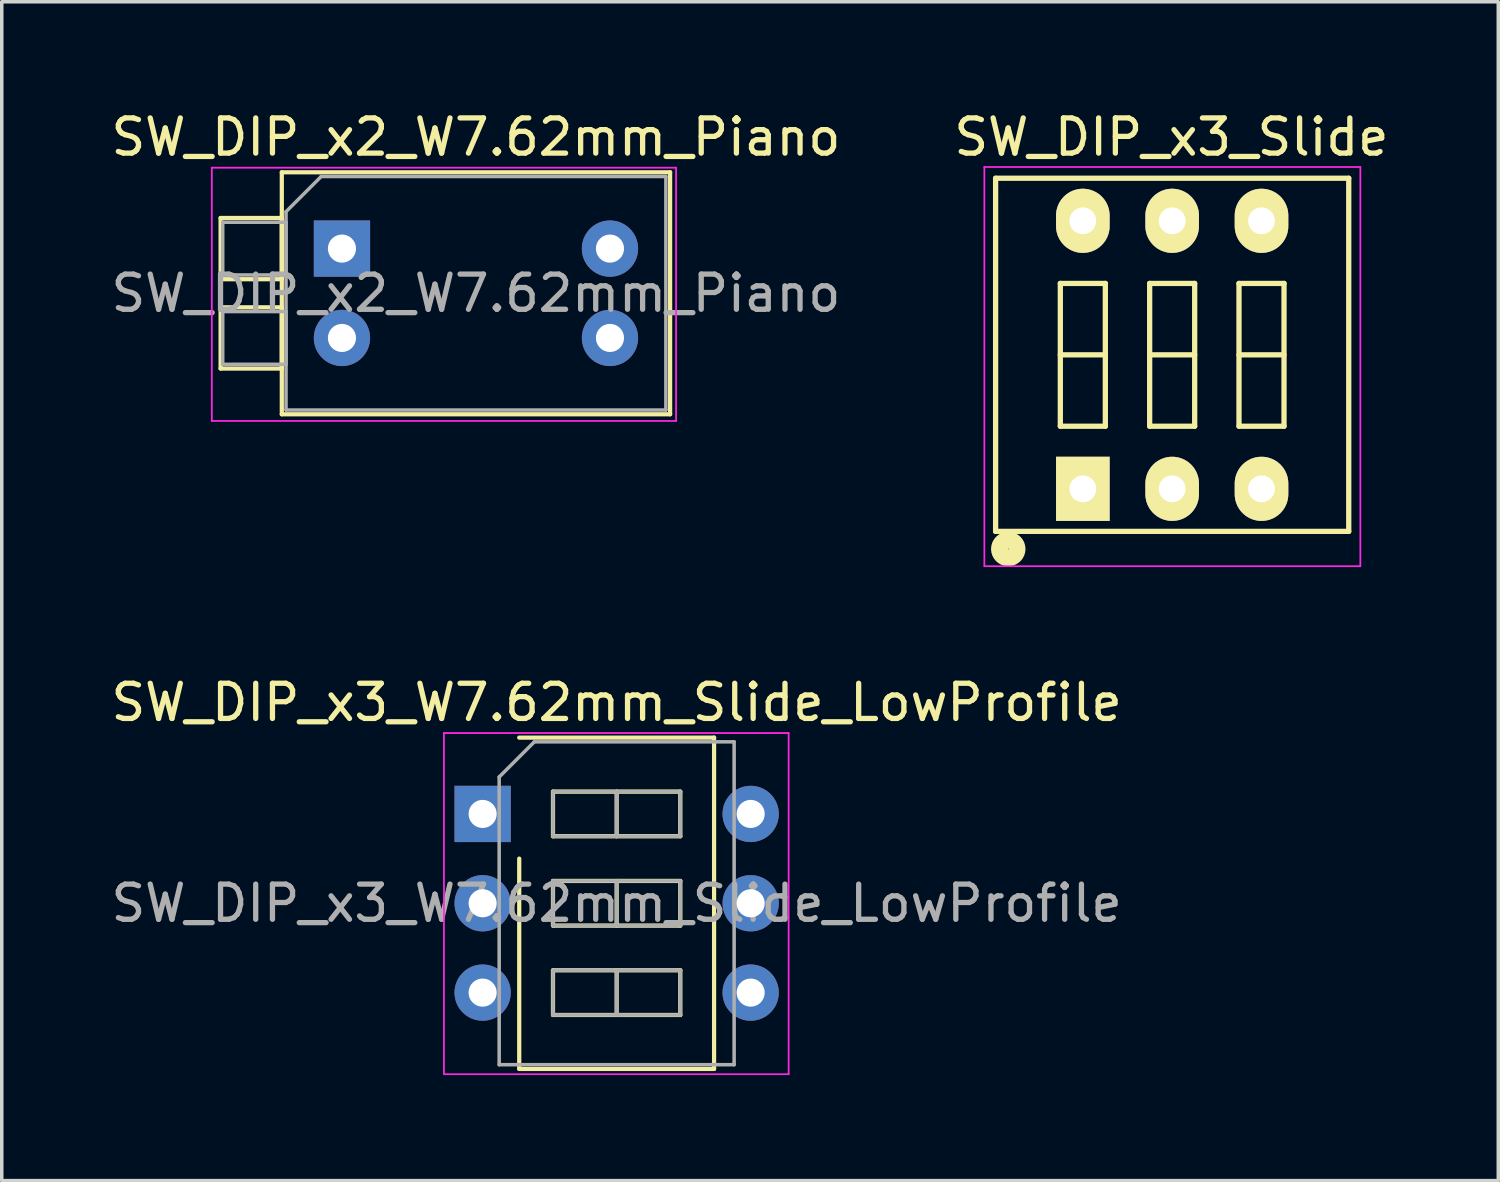
<source format=kicad_pcb>
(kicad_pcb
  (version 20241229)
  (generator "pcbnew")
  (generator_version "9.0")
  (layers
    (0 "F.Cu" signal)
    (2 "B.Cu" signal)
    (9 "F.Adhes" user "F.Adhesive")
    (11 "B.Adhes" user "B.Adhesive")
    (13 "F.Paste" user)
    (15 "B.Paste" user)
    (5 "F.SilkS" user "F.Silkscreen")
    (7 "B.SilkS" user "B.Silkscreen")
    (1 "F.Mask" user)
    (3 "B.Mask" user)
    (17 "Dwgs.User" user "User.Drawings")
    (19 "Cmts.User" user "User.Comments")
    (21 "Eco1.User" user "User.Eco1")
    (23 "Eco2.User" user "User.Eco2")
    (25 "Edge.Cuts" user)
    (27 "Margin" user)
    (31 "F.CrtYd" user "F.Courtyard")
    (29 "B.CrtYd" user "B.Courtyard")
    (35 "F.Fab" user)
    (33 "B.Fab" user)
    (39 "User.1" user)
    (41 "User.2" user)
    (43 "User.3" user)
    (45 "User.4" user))
  (footprint "SW_DIP_x3_W7.62mm_Slide_LowProfile"
    (layer "F.Cu")
    (at 10.672 20.091)
    (property "Reference" "SW_DIP_x3_W7.62mm_Slide_LowProfile" (at 3.81 -3.17 0) (layer "F.SilkS") (effects (font (size 1 1) (thickness 0.15))))
    (attr through_hole)
    (fp_line (start 1.04 -2.17) (end 6.58 -2.17) (stroke (width 0.12) (type solid)) (layer "F.SilkS"))
    (fp_line (start 1.04 7.25) (end 1.04 1.27) (stroke (width 0.12) (type solid)) (layer "F.SilkS"))
    (fp_line (start 2 -0.635) (end 2 0.635) (stroke (width 0.12) (type solid)) (layer "F.SilkS"))
    (fp_line (start 2 0.635) (end 5.62 0.635) (stroke (width 0.12) (type solid)) (layer "F.SilkS"))
    (fp_line (start 2 1.905) (end 2 3.175) (stroke (width 0.12) (type solid)) (layer "F.SilkS"))
    (fp_line (start 2 3.175) (end 5.62 3.175) (stroke (width 0.12) (type solid)) (layer "F.SilkS"))
    (fp_line (start 2 4.445) (end 2 5.715) (stroke (width 0.12) (type solid)) (layer "F.SilkS"))
    (fp_line (start 2 5.715) (end 5.62 5.715) (stroke (width 0.12) (type solid)) (layer "F.SilkS"))
    (fp_line (start 3.81 -0.635) (end 3.81 0.635) (stroke (width 0.12) (type solid)) (layer "F.SilkS"))
    (fp_line (start 3.81 1.905) (end 3.81 3.175) (stroke (width 0.12) (type solid)) (layer "F.SilkS"))
    (fp_line (start 3.81 4.445) (end 3.81 5.715) (stroke (width 0.12) (type solid)) (layer "F.SilkS"))
    (fp_line (start 5.62 -0.635) (end 2 -0.635) (stroke (width 0.12) (type solid)) (layer "F.SilkS"))
    (fp_line (start 5.62 0.635) (end 5.62 -0.635) (stroke (width 0.12) (type solid)) (layer "F.SilkS"))
    (fp_line (start 5.62 1.905) (end 2 1.905) (stroke (width 0.12) (type solid)) (layer "F.SilkS"))
    (fp_line (start 5.62 3.175) (end 5.62 1.905) (stroke (width 0.12) (type solid)) (layer "F.SilkS"))
    (fp_line (start 5.62 4.445) (end 2 4.445) (stroke (width 0.12) (type solid)) (layer "F.SilkS"))
    (fp_line (start 5.62 5.715) (end 5.62 4.445) (stroke (width 0.12) (type solid)) (layer "F.SilkS"))
    (fp_line (start 6.58 -2.17) (end 6.58 7.25) (stroke (width 0.12) (type solid)) (layer "F.SilkS"))
    (fp_line (start 6.58 7.25) (end 1.04 7.25) (stroke (width 0.12) (type solid)) (layer "F.SilkS"))
    (fp_line (start -1.1 -2.3) (end -1.1 7.4) (stroke (width 0.05) (type solid)) (layer "F.CrtYd"))
    (fp_line (start -1.1 7.4) (end 8.7 7.4) (stroke (width 0.05) (type solid)) (layer "F.CrtYd"))
    (fp_line (start 8.7 -2.3) (end -1.1 -2.3) (stroke (width 0.05) (type solid)) (layer "F.CrtYd"))
    (fp_line (start 8.7 7.4) (end 8.7 -2.3) (stroke (width 0.05) (type solid)) (layer "F.CrtYd"))
    (fp_line (start 0.47 -1.05) (end 1.47 -2.05) (stroke (width 0.1) (type solid)) (layer "F.Fab"))
    (fp_line (start 0.47 7.13) (end 0.47 -1.05) (stroke (width 0.1) (type solid)) (layer "F.Fab"))
    (fp_line (start 1.47 -2.05) (end 7.15 -2.05) (stroke (width 0.1) (type solid)) (layer "F.Fab"))
    (fp_line (start 2 -0.635) (end 2 0.635) (stroke (width 0.1) (type solid)) (layer "F.Fab"))
    (fp_line (start 2 0.635) (end 5.62 0.635) (stroke (width 0.1) (type solid)) (layer "F.Fab"))
    (fp_line (start 2 1.905) (end 2 3.175) (stroke (width 0.1) (type solid)) (layer "F.Fab"))
    (fp_line (start 2 3.175) (end 5.62 3.175) (stroke (width 0.1) (type solid)) (layer "F.Fab"))
    (fp_line (start 2 4.445) (end 2 5.715) (stroke (width 0.1) (type solid)) (layer "F.Fab"))
    (fp_line (start 2 5.715) (end 5.62 5.715) (stroke (width 0.1) (type solid)) (layer "F.Fab"))
    (fp_line (start 3.81 -0.635) (end 3.81 0.635) (stroke (width 0.1) (type solid)) (layer "F.Fab"))
    (fp_line (start 3.81 1.905) (end 3.81 3.175) (stroke (width 0.1) (type solid)) (layer "F.Fab"))
    (fp_line (start 3.81 4.445) (end 3.81 5.715) (stroke (width 0.1) (type solid)) (layer "F.Fab"))
    (fp_line (start 5.62 -0.635) (end 2 -0.635) (stroke (width 0.1) (type solid)) (layer "F.Fab"))
    (fp_line (start 5.62 0.635) (end 5.62 -0.635) (stroke (width 0.1) (type solid)) (layer "F.Fab"))
    (fp_line (start 5.62 1.905) (end 2 1.905) (stroke (width 0.1) (type solid)) (layer "F.Fab"))
    (fp_line (start 5.62 3.175) (end 5.62 1.905) (stroke (width 0.1) (type solid)) (layer "F.Fab"))
    (fp_line (start 5.62 4.445) (end 2 4.445) (stroke (width 0.1) (type solid)) (layer "F.Fab"))
    (fp_line (start 5.62 5.715) (end 5.62 4.445) (stroke (width 0.1) (type solid)) (layer "F.Fab"))
    (fp_line (start 7.15 -2.05) (end 7.15 7.13) (stroke (width 0.1) (type solid)) (layer "F.Fab"))
    (fp_line (start 7.15 7.13) (end 0.47 7.13) (stroke (width 0.1) (type solid)) (layer "F.Fab"))
    (fp_text user "${REFERENCE}" (at 3.81 2.54 0) (layer "F.Fab") (effects (font (size 1 1) (thickness 0.15))))
    (pad "1" thru_hole rect (at 0 0) (size 1.6 1.6) (drill 0.8) (layers "*.Cu" "*.Mask"))
    (pad "2" thru_hole oval (at 0 2.54) (size 1.6 1.6) (drill 0.8) (layers "*.Cu" "*.Mask"))
    (pad "3" thru_hole oval (at 0 5.08) (size 1.6 1.6) (drill 0.8) (layers "*.Cu" "*.Mask"))
    (pad "4" thru_hole oval (at 7.62 5.08) (size 1.6 1.6) (drill 0.8) (layers "*.Cu" "*.Mask"))
    (pad "5" thru_hole oval (at 7.62 2.54) (size 1.6 1.6) (drill 0.8) (layers "*.Cu" "*.Mask"))
    (pad "6" thru_hole oval (at 7.62 0) (size 1.6 1.6) (drill 0.8) (layers "*.Cu" "*.Mask")))
  (footprint "SW_DIP_x3_Slide"
    (layer "F.Cu")
    (at 27.736 10.848)
    (property "Reference" "SW_DIP_x3_Slide" (at 2.52 -10 0) (layer "F.SilkS") (effects (font (size 1 1) (thickness 0.15))))
    (attr through_hole)
    (fp_line (start -2.48 -8.83) (end 7.56 -8.83) (stroke (width 0.15) (type solid)) (layer "F.SilkS"))
    (fp_line (start -2.48 1.21) (end -2.48 -8.83) (stroke (width 0.15) (type solid)) (layer "F.SilkS"))
    (fp_line (start -0.64 -5.84) (end -0.64 -1.78) (stroke (width 0.15) (type solid)) (layer "F.SilkS"))
    (fp_line (start -0.64 -3.81) (end 0.64 -3.81) (stroke (width 0.15) (type solid)) (layer "F.SilkS"))
    (fp_line (start -0.64 -1.78) (end 0.64 -1.78) (stroke (width 0.15) (type solid)) (layer "F.SilkS"))
    (fp_line (start 0.64 -5.84) (end -0.64 -5.84) (stroke (width 0.15) (type solid)) (layer "F.SilkS"))
    (fp_line (start 0.64 -1.78) (end 0.64 -5.84) (stroke (width 0.15) (type solid)) (layer "F.SilkS"))
    (fp_line (start 1.9 -5.84) (end 1.9 -1.78) (stroke (width 0.15) (type solid)) (layer "F.SilkS"))
    (fp_line (start 1.9 -3.81) (end 3.18 -3.81) (stroke (width 0.15) (type solid)) (layer "F.SilkS"))
    (fp_line (start 1.9 -1.78) (end 3.18 -1.78) (stroke (width 0.15) (type solid)) (layer "F.SilkS"))
    (fp_line (start 3.18 -5.84) (end 1.9 -5.84) (stroke (width 0.15) (type solid)) (layer "F.SilkS"))
    (fp_line (start 3.18 -1.78) (end 3.18 -5.84) (stroke (width 0.15) (type solid)) (layer "F.SilkS"))
    (fp_line (start 4.44 -5.84) (end 4.44 -1.78) (stroke (width 0.15) (type solid)) (layer "F.SilkS"))
    (fp_line (start 4.44 -3.81) (end 5.72 -3.81) (stroke (width 0.15) (type solid)) (layer "F.SilkS"))
    (fp_line (start 4.44 -1.78) (end 5.72 -1.78) (stroke (width 0.15) (type solid)) (layer "F.SilkS"))
    (fp_line (start 5.72 -5.84) (end 4.44 -5.84) (stroke (width 0.15) (type solid)) (layer "F.SilkS"))
    (fp_line (start 5.72 -1.78) (end 5.72 -5.84) (stroke (width 0.15) (type solid)) (layer "F.SilkS"))
    (fp_line (start 7.56 -8.83) (end 7.56 1.21) (stroke (width 0.15) (type solid)) (layer "F.SilkS"))
    (fp_line (start 7.56 1.21) (end -2.48 1.21) (stroke (width 0.15) (type solid)) (layer "F.SilkS"))
    (fp_circle (center -2.12 1.71) (end -2.12 1.7) (stroke (width 0.48) (type solid)) (fill no) (layer "F.SilkS"))
    (fp_line (start -2.8 -9.15) (end -2.8 2.2) (stroke (width 0.05) (type solid)) (layer "F.CrtYd"))
    (fp_line (start -2.8 2.2) (end 7.89 2.2) (stroke (width 0.05) (type solid)) (layer "F.CrtYd"))
    (fp_line (start 7.89 -9.15) (end -2.8 -9.15) (stroke (width 0.05) (type solid)) (layer "F.CrtYd"))
    (fp_line (start 7.89 2.2) (end 7.89 -9.15) (stroke (width 0.05) (type solid)) (layer "F.CrtYd"))
    (pad "1" thru_hole rect (at 0 0) (size 1.524 1.824) (drill 0.762) (layers "*.Cu" "*.Mask" "F.SilkS"))
    (pad "2" thru_hole oval (at 2.54 0) (size 1.524 1.824) (drill 0.762) (layers "*.Cu" "*.Mask" "F.SilkS"))
    (pad "3" thru_hole oval (at 5.08 0) (size 1.524 1.824) (drill 0.762) (layers "*.Cu" "*.Mask" "F.SilkS"))
    (pad "4" thru_hole oval (at 5.08 -7.62) (size 1.524 1.824) (drill 0.762) (layers "*.Cu" "*.Mask" "F.SilkS"))
    (pad "5" thru_hole oval (at 2.54 -7.62) (size 1.524 1.824) (drill 0.762) (layers "*.Cu" "*.Mask" "F.SilkS"))
    (pad "6" thru_hole oval (at 0 -7.62) (size 1.524 1.824) (drill 0.762) (layers "*.Cu" "*.Mask" "F.SilkS")))
  (footprint "SW_DIP_x2_W7.62mm_Piano"
    (layer "F.Cu")
    (at 6.672 4.018)
    (property "Reference" "SW_DIP_x2_W7.62mm_Piano" (at 3.81 -3.17 0) (layer "F.SilkS") (effects (font (size 1 1) (thickness 0.15))))
    (attr through_hole)
    (fp_line (start -3.45 -0.87) (end -3.45 0.87) (stroke (width 0.12) (type solid)) (layer "F.SilkS"))
    (fp_line (start -3.45 0.87) (end -1.71 0.87) (stroke (width 0.12) (type solid)) (layer "F.SilkS"))
    (fp_line (start -3.45 1.67) (end -3.45 3.41) (stroke (width 0.12) (type solid)) (layer "F.SilkS"))
    (fp_line (start -3.45 3.41) (end -1.71 3.41) (stroke (width 0.12) (type solid)) (layer "F.SilkS"))
    (fp_line (start -1.71 -2.17) (end 9.33 -2.17) (stroke (width 0.12) (type solid)) (layer "F.SilkS"))
    (fp_line (start -1.71 -0.87) (end -3.45 -0.87) (stroke (width 0.12) (type solid)) (layer "F.SilkS"))
    (fp_line (start -1.71 0.87) (end -1.71 -0.87) (stroke (width 0.12) (type solid)) (layer "F.SilkS"))
    (fp_line (start -1.71 1.67) (end -3.45 1.67) (stroke (width 0.12) (type solid)) (layer "F.SilkS"))
    (fp_line (start -1.71 3.41) (end -1.71 1.67) (stroke (width 0.12) (type solid)) (layer "F.SilkS"))
    (fp_line (start -1.71 4.71) (end -1.71 -2.17) (stroke (width 0.12) (type solid)) (layer "F.SilkS"))
    (fp_line (start 9.33 -2.17) (end 9.33 4.71) (stroke (width 0.12) (type solid)) (layer "F.SilkS"))
    (fp_line (start 9.33 4.71) (end -1.71 4.71) (stroke (width 0.12) (type solid)) (layer "F.SilkS"))
    (fp_line (start -3.7 -2.3) (end -3.7 4.9) (stroke (width 0.05) (type solid)) (layer "F.CrtYd"))
    (fp_line (start -3.7 4.9) (end 9.5 4.9) (stroke (width 0.05) (type solid)) (layer "F.CrtYd"))
    (fp_line (start 9.5 -2.3) (end -3.7 -2.3) (stroke (width 0.05) (type solid)) (layer "F.CrtYd"))
    (fp_line (start 9.5 4.9) (end 9.5 -2.3) (stroke (width 0.05) (type solid)) (layer "F.CrtYd"))
    (fp_line (start -3.39 -0.75) (end -1.59 -0.75) (stroke (width 0.1) (type solid)) (layer "F.Fab"))
    (fp_line (start -3.39 0.75) (end -3.39 -0.75) (stroke (width 0.1) (type solid)) (layer "F.Fab"))
    (fp_line (start -3.39 1.79) (end -1.59 1.79) (stroke (width 0.1) (type solid)) (layer "F.Fab"))
    (fp_line (start -3.39 3.29) (end -3.39 1.79) (stroke (width 0.1) (type solid)) (layer "F.Fab"))
    (fp_line (start -1.59 -1.05) (end -0.59 -2.05) (stroke (width 0.1) (type solid)) (layer "F.Fab"))
    (fp_line (start -1.59 -0.75) (end -1.59 0.75) (stroke (width 0.1) (type solid)) (layer "F.Fab"))
    (fp_line (start -1.59 0.75) (end -3.39 0.75) (stroke (width 0.1) (type solid)) (layer "F.Fab"))
    (fp_line (start -1.59 1.79) (end -1.59 3.29) (stroke (width 0.1) (type solid)) (layer "F.Fab"))
    (fp_line (start -1.59 3.29) (end -3.39 3.29) (stroke (width 0.1) (type solid)) (layer "F.Fab"))
    (fp_line (start -1.59 4.59) (end -1.59 -1.05) (stroke (width 0.1) (type solid)) (layer "F.Fab"))
    (fp_line (start -0.59 -2.05) (end 9.21 -2.05) (stroke (width 0.1) (type solid)) (layer "F.Fab"))
    (fp_line (start 9.21 -2.05) (end 9.21 4.59) (stroke (width 0.1) (type solid)) (layer "F.Fab"))
    (fp_line (start 9.21 4.59) (end -1.59 4.59) (stroke (width 0.1) (type solid)) (layer "F.Fab"))
    (fp_text user "${REFERENCE}" (at 3.81 1.27 0) (layer "F.Fab") (effects (font (size 1 1) (thickness 0.15))))
    (pad "1" thru_hole rect (at 0 0) (size 1.6 1.6) (drill 0.8) (layers "*.Cu" "*.Mask"))
    (pad "2" thru_hole oval (at 0 2.54) (size 1.6 1.6) (drill 0.8) (layers "*.Cu" "*.Mask"))
    (pad "3" thru_hole oval (at 7.62 2.54) (size 1.6 1.6) (drill 0.8) (layers "*.Cu" "*.Mask"))
    (pad "4" thru_hole oval (at 7.62 0) (size 1.6 1.6) (drill 0.8) (layers "*.Cu" "*.Mask")))
  (gr_rect
    (start -3 -3)
    (end 39.548 30.517)
    (stroke (width 0.1) (type default))
    (fill no)
    (layer "Edge.Cuts")))
</source>
